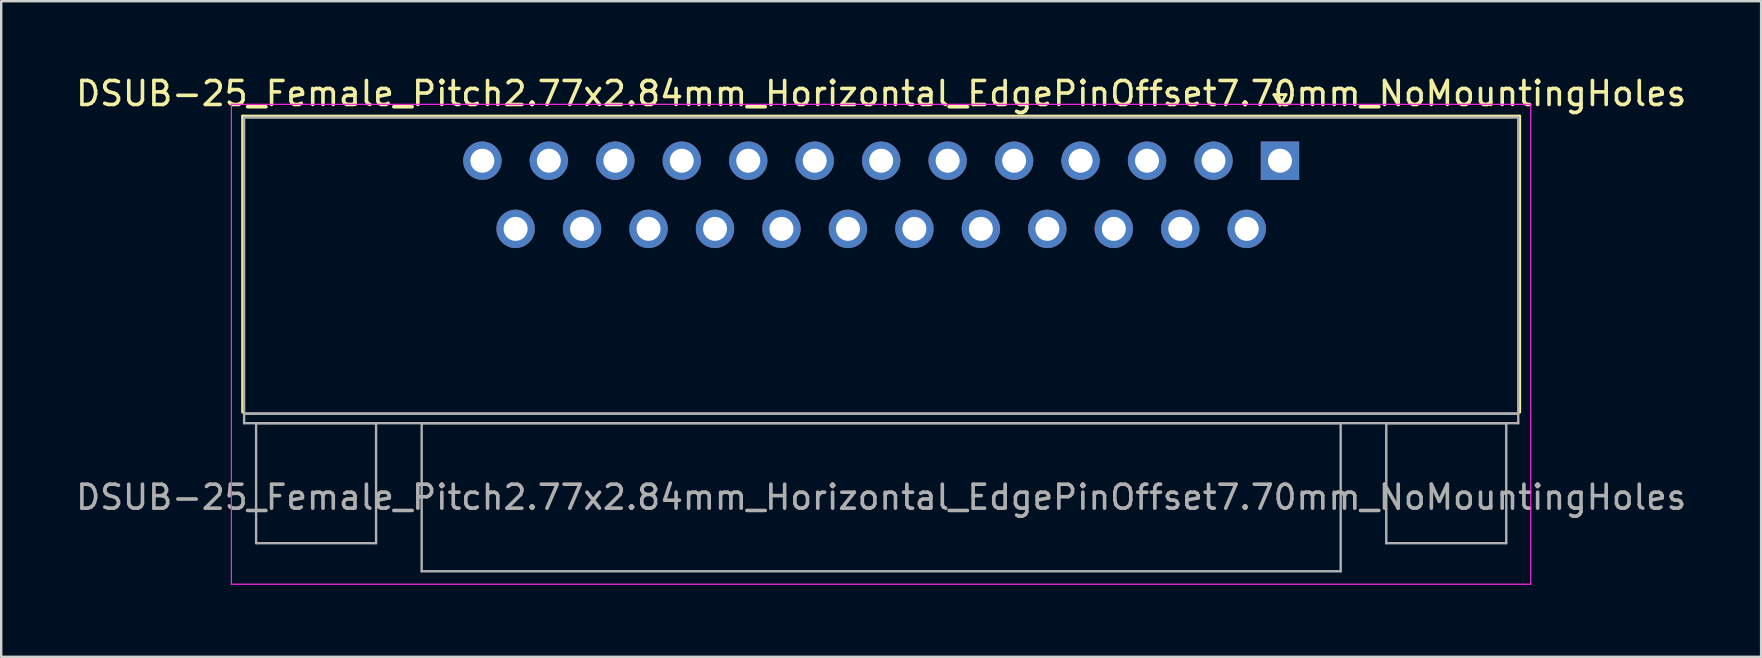
<source format=kicad_pcb>
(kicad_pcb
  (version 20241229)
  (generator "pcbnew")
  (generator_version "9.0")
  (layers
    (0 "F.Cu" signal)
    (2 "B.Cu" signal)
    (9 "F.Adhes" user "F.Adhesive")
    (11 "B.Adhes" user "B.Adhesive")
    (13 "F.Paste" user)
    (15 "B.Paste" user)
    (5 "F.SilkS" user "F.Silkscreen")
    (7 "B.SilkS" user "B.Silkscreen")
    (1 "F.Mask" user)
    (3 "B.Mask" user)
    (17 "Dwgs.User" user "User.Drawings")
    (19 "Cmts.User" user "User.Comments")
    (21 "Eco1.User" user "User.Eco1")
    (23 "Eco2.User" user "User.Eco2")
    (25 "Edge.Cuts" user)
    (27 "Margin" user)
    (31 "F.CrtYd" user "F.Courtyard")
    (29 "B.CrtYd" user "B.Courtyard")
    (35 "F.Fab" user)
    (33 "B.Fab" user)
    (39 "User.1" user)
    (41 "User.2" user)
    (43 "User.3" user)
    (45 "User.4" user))
  (footprint "DSUB-25_Female_Pitch2.77x2.84mm_Horizontal_EdgePinOffset7.70mm_NoMountingHoles"
    (layer "F.Cu")
    (at 50.293 3.648)
    (property "Reference" "DSUB-25_Female_Pitch2.77x2.84mm_Horizontal_EdgePinOffset7.70mm_NoMountingHoles" (at -16.62 -2.8 0) (layer "F.SilkS") (effects (font (size 1 1) (thickness 0.15))))
    (attr through_hole)
    (fp_line (start -43.23 -1.86) (end 9.99 -1.86) (stroke (width 0.12) (type solid)) (layer "F.SilkS"))
    (fp_line (start -43.23 10.48) (end -43.23 -1.86) (stroke (width 0.12) (type solid)) (layer "F.SilkS"))
    (fp_line (start -0.25 -2.754) (end 0.25 -2.754) (stroke (width 0.12) (type solid)) (layer "F.SilkS"))
    (fp_line (start 0 -2.321) (end -0.25 -2.754) (stroke (width 0.12) (type solid)) (layer "F.SilkS"))
    (fp_line (start 0.25 -2.754) (end 0 -2.321) (stroke (width 0.12) (type solid)) (layer "F.SilkS"))
    (fp_line (start 9.99 -1.86) (end 9.99 10.48) (stroke (width 0.12) (type solid)) (layer "F.SilkS"))
    (fp_line (start -43.7 -2.35) (end -43.7 17.65) (stroke (width 0.05) (type solid)) (layer "F.CrtYd"))
    (fp_line (start -43.7 17.65) (end 10.45 17.65) (stroke (width 0.05) (type solid)) (layer "F.CrtYd"))
    (fp_line (start 10.45 -2.35) (end -43.7 -2.35) (stroke (width 0.05) (type solid)) (layer "F.CrtYd"))
    (fp_line (start 10.45 17.65) (end 10.45 -2.35) (stroke (width 0.05) (type solid)) (layer "F.CrtYd"))
    (fp_line (start -43.17 -1.8) (end -43.17 10.54) (stroke (width 0.1) (type solid)) (layer "F.Fab"))
    (fp_line (start -43.17 10.54) (end -43.17 10.94) (stroke (width 0.1) (type solid)) (layer "F.Fab"))
    (fp_line (start -43.17 10.54) (end 9.93 10.54) (stroke (width 0.1) (type solid)) (layer "F.Fab"))
    (fp_line (start -43.17 10.94) (end 9.93 10.94) (stroke (width 0.1) (type solid)) (layer "F.Fab"))
    (fp_line (start -42.67 10.94) (end -42.67 15.94) (stroke (width 0.1) (type solid)) (layer "F.Fab"))
    (fp_line (start -42.67 15.94) (end -37.67 15.94) (stroke (width 0.1) (type solid)) (layer "F.Fab"))
    (fp_line (start -37.67 10.94) (end -42.67 10.94) (stroke (width 0.1) (type solid)) (layer "F.Fab"))
    (fp_line (start -37.67 15.94) (end -37.67 10.94) (stroke (width 0.1) (type solid)) (layer "F.Fab"))
    (fp_line (start -35.77 10.94) (end -35.77 17.11) (stroke (width 0.1) (type solid)) (layer "F.Fab"))
    (fp_line (start -35.77 17.11) (end 2.53 17.11) (stroke (width 0.1) (type solid)) (layer "F.Fab"))
    (fp_line (start 2.53 10.94) (end -35.77 10.94) (stroke (width 0.1) (type solid)) (layer "F.Fab"))
    (fp_line (start 2.53 17.11) (end 2.53 10.94) (stroke (width 0.1) (type solid)) (layer "F.Fab"))
    (fp_line (start 4.43 10.94) (end 4.43 15.94) (stroke (width 0.1) (type solid)) (layer "F.Fab"))
    (fp_line (start 4.43 15.94) (end 9.43 15.94) (stroke (width 0.1) (type solid)) (layer "F.Fab"))
    (fp_line (start 9.43 10.94) (end 4.43 10.94) (stroke (width 0.1) (type solid)) (layer "F.Fab"))
    (fp_line (start 9.43 15.94) (end 9.43 10.94) (stroke (width 0.1) (type solid)) (layer "F.Fab"))
    (fp_line (start 9.93 -1.8) (end -43.17 -1.8) (stroke (width 0.1) (type solid)) (layer "F.Fab"))
    (fp_line (start 9.93 10.54) (end -43.17 10.54) (stroke (width 0.1) (type solid)) (layer "F.Fab"))
    (fp_line (start 9.93 10.54) (end 9.93 -1.8) (stroke (width 0.1) (type solid)) (layer "F.Fab"))
    (fp_line (start 9.93 10.94) (end 9.93 10.54) (stroke (width 0.1) (type solid)) (layer "F.Fab"))
    (fp_text user "${REFERENCE}" (at -16.62 14.025 0) (layer "F.Fab") (effects (font (size 1 1) (thickness 0.15))))
    (pad "1" thru_hole rect (at 0 0) (size 1.6 1.6) (drill 1) (layers "*.Cu" "*.Mask"))
    (pad "2" thru_hole circle (at -2.77 0) (size 1.6 1.6) (drill 1) (layers "*.Cu" "*.Mask"))
    (pad "3" thru_hole circle (at -5.54 0) (size 1.6 1.6) (drill 1) (layers "*.Cu" "*.Mask"))
    (pad "4" thru_hole circle (at -8.31 0) (size 1.6 1.6) (drill 1) (layers "*.Cu" "*.Mask"))
    (pad "5" thru_hole circle (at -11.08 0) (size 1.6 1.6) (drill 1) (layers "*.Cu" "*.Mask"))
    (pad "6" thru_hole circle (at -13.85 0) (size 1.6 1.6) (drill 1) (layers "*.Cu" "*.Mask"))
    (pad "7" thru_hole circle (at -16.62 0) (size 1.6 1.6) (drill 1) (layers "*.Cu" "*.Mask"))
    (pad "8" thru_hole circle (at -19.39 0) (size 1.6 1.6) (drill 1) (layers "*.Cu" "*.Mask"))
    (pad "9" thru_hole circle (at -22.16 0) (size 1.6 1.6) (drill 1) (layers "*.Cu" "*.Mask"))
    (pad "10" thru_hole circle (at -24.93 0) (size 1.6 1.6) (drill 1) (layers "*.Cu" "*.Mask"))
    (pad "11" thru_hole circle (at -27.7 0) (size 1.6 1.6) (drill 1) (layers "*.Cu" "*.Mask"))
    (pad "12" thru_hole circle (at -30.47 0) (size 1.6 1.6) (drill 1) (layers "*.Cu" "*.Mask"))
    (pad "13" thru_hole circle (at -33.24 0) (size 1.6 1.6) (drill 1) (layers "*.Cu" "*.Mask"))
    (pad "14" thru_hole circle (at -1.385 2.84) (size 1.6 1.6) (drill 1) (layers "*.Cu" "*.Mask"))
    (pad "15" thru_hole circle (at -4.155 2.84) (size 1.6 1.6) (drill 1) (layers "*.Cu" "*.Mask"))
    (pad "16" thru_hole circle (at -6.925 2.84) (size 1.6 1.6) (drill 1) (layers "*.Cu" "*.Mask"))
    (pad "17" thru_hole circle (at -9.695 2.84) (size 1.6 1.6) (drill 1) (layers "*.Cu" "*.Mask"))
    (pad "18" thru_hole circle (at -12.465 2.84) (size 1.6 1.6) (drill 1) (layers "*.Cu" "*.Mask"))
    (pad "19" thru_hole circle (at -15.235 2.84) (size 1.6 1.6) (drill 1) (layers "*.Cu" "*.Mask"))
    (pad "20" thru_hole circle (at -18.005 2.84) (size 1.6 1.6) (drill 1) (layers "*.Cu" "*.Mask"))
    (pad "21" thru_hole circle (at -20.775 2.84) (size 1.6 1.6) (drill 1) (layers "*.Cu" "*.Mask"))
    (pad "22" thru_hole circle (at -23.545 2.84) (size 1.6 1.6) (drill 1) (layers "*.Cu" "*.Mask"))
    (pad "23" thru_hole circle (at -26.315 2.84) (size 1.6 1.6) (drill 1) (layers "*.Cu" "*.Mask"))
    (pad "24" thru_hole circle (at -29.085 2.84) (size 1.6 1.6) (drill 1) (layers "*.Cu" "*.Mask"))
    (pad "25" thru_hole circle (at -31.855 2.84) (size 1.6 1.6) (drill 1) (layers "*.Cu" "*.Mask")))
  (gr_rect
    (start -3 -3)
    (end 70.345 24.323)
    (stroke (width 0.1) (type default))
    (fill no)
    (layer "Edge.Cuts")))
</source>
